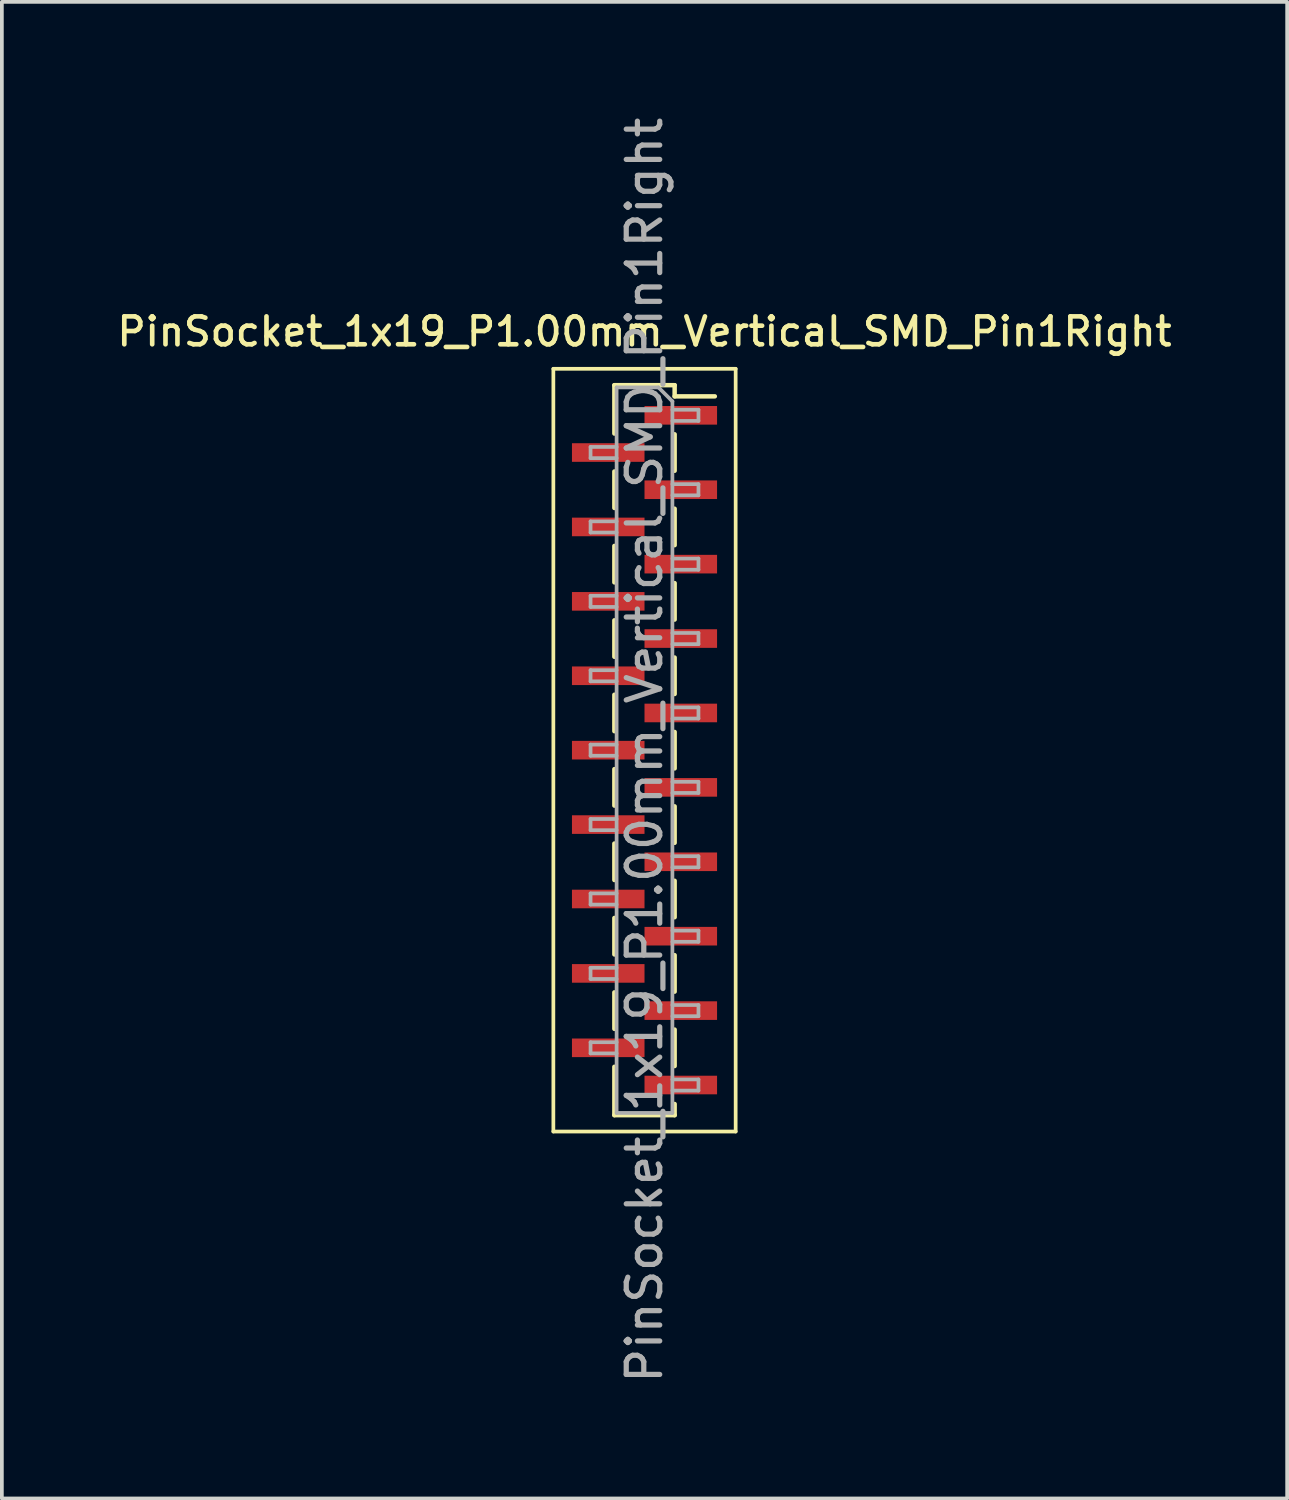
<source format=kicad_pcb>
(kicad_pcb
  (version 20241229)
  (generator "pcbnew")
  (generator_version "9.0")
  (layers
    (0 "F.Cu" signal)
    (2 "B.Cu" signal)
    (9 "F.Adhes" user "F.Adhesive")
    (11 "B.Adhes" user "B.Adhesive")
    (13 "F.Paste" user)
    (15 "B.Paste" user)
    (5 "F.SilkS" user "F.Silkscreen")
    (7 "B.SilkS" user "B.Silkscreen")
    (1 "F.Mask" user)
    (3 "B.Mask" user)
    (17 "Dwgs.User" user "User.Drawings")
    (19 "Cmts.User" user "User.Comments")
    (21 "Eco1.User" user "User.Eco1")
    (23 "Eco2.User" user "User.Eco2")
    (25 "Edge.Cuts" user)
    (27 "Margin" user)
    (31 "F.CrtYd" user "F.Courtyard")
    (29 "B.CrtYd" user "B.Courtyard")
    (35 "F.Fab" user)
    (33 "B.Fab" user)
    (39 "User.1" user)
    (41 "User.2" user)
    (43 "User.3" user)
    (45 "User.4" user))
  (footprint "PinSocket_1x19_P1.00mm_Vertical_SMD_Pin1Right"
    (layer "F.Cu")
    (at 14.273 17.113)
    (property "Reference" "PinSocket_1x19_P1.00mm_Vertical_SMD_Pin1Right" (at 0 -11.25 0) (layer "F.SilkS") (effects (font (size 0.75 0.75) (thickness 0.125))))
    (attr smd)
    (fp_line (start -2.45 -10.25) (end 2.45 -10.25) (stroke (width 0.1) (type solid)) (layer "F.SilkS"))
    (fp_line (start -2.45 10.25) (end -2.45 -10.25) (stroke (width 0.1) (type solid)) (layer "F.SilkS"))
    (fp_line (start -0.81 -9.81) (end -0.81 -8.51) (stroke (width 0.12) (type solid)) (layer "F.SilkS"))
    (fp_line (start -0.81 -9.81) (end 0.81 -9.81) (stroke (width 0.12) (type solid)) (layer "F.SilkS"))
    (fp_line (start -0.81 -7.49) (end -0.81 -6.51) (stroke (width 0.12) (type solid)) (layer "F.SilkS"))
    (fp_line (start -0.81 -5.49) (end -0.81 -4.51) (stroke (width 0.12) (type solid)) (layer "F.SilkS"))
    (fp_line (start -0.81 -3.49) (end -0.81 -2.51) (stroke (width 0.12) (type solid)) (layer "F.SilkS"))
    (fp_line (start -0.81 -1.49) (end -0.81 -0.51) (stroke (width 0.12) (type solid)) (layer "F.SilkS"))
    (fp_line (start -0.81 0.51) (end -0.81 1.49) (stroke (width 0.12) (type solid)) (layer "F.SilkS"))
    (fp_line (start -0.81 2.51) (end -0.81 3.49) (stroke (width 0.12) (type solid)) (layer "F.SilkS"))
    (fp_line (start -0.81 4.51) (end -0.81 5.49) (stroke (width 0.12) (type solid)) (layer "F.SilkS"))
    (fp_line (start -0.81 6.51) (end -0.81 7.49) (stroke (width 0.12) (type solid)) (layer "F.SilkS"))
    (fp_line (start -0.81 8.51) (end -0.81 9.81) (stroke (width 0.12) (type solid)) (layer "F.SilkS"))
    (fp_line (start -0.81 9.81) (end 0.81 9.81) (stroke (width 0.12) (type solid)) (layer "F.SilkS"))
    (fp_line (start 0.81 -9.81) (end 0.81 -9.51) (stroke (width 0.12) (type solid)) (layer "F.SilkS"))
    (fp_line (start 0.81 -9.51) (end 1.89 -9.51) (stroke (width 0.12) (type solid)) (layer "F.SilkS"))
    (fp_line (start 0.81 -8.49) (end 0.81 -7.51) (stroke (width 0.12) (type solid)) (layer "F.SilkS"))
    (fp_line (start 0.81 -6.49) (end 0.81 -5.51) (stroke (width 0.12) (type solid)) (layer "F.SilkS"))
    (fp_line (start 0.81 -4.49) (end 0.81 -3.51) (stroke (width 0.12) (type solid)) (layer "F.SilkS"))
    (fp_line (start 0.81 -2.49) (end 0.81 -1.51) (stroke (width 0.12) (type solid)) (layer "F.SilkS"))
    (fp_line (start 0.81 -0.49) (end 0.81 0.49) (stroke (width 0.12) (type solid)) (layer "F.SilkS"))
    (fp_line (start 0.81 1.51) (end 0.81 2.49) (stroke (width 0.12) (type solid)) (layer "F.SilkS"))
    (fp_line (start 0.81 3.51) (end 0.81 4.49) (stroke (width 0.12) (type solid)) (layer "F.SilkS"))
    (fp_line (start 0.81 5.51) (end 0.81 6.49) (stroke (width 0.12) (type solid)) (layer "F.SilkS"))
    (fp_line (start 0.81 7.51) (end 0.81 8.49) (stroke (width 0.12) (type solid)) (layer "F.SilkS"))
    (fp_line (start 0.81 9.51) (end 0.81 9.81) (stroke (width 0.12) (type solid)) (layer "F.SilkS"))
    (fp_line (start 2.45 -10.25) (end 2.45 10.25) (stroke (width 0.1) (type solid)) (layer "F.SilkS"))
    (fp_line (start 2.45 10.25) (end -2.45 10.25) (stroke (width 0.1) (type solid)) (layer "F.SilkS"))
    (fp_line (start -1.45 -8.15) (end -0.75 -8.15) (stroke (width 0.1) (type solid)) (layer "F.Fab"))
    (fp_line (start -1.45 -7.85) (end -1.45 -8.15) (stroke (width 0.1) (type solid)) (layer "F.Fab"))
    (fp_line (start -1.45 -6.15) (end -0.75 -6.15) (stroke (width 0.1) (type solid)) (layer "F.Fab"))
    (fp_line (start -1.45 -5.85) (end -1.45 -6.15) (stroke (width 0.1) (type solid)) (layer "F.Fab"))
    (fp_line (start -1.45 -4.15) (end -0.75 -4.15) (stroke (width 0.1) (type solid)) (layer "F.Fab"))
    (fp_line (start -1.45 -3.85) (end -1.45 -4.15) (stroke (width 0.1) (type solid)) (layer "F.Fab"))
    (fp_line (start -1.45 -2.15) (end -0.75 -2.15) (stroke (width 0.1) (type solid)) (layer "F.Fab"))
    (fp_line (start -1.45 -1.85) (end -1.45 -2.15) (stroke (width 0.1) (type solid)) (layer "F.Fab"))
    (fp_line (start -1.45 -0.15) (end -0.75 -0.15) (stroke (width 0.1) (type solid)) (layer "F.Fab"))
    (fp_line (start -1.45 0.15) (end -1.45 -0.15) (stroke (width 0.1) (type solid)) (layer "F.Fab"))
    (fp_line (start -1.45 1.85) (end -0.75 1.85) (stroke (width 0.1) (type solid)) (layer "F.Fab"))
    (fp_line (start -1.45 2.15) (end -1.45 1.85) (stroke (width 0.1) (type solid)) (layer "F.Fab"))
    (fp_line (start -1.45 3.85) (end -0.75 3.85) (stroke (width 0.1) (type solid)) (layer "F.Fab"))
    (fp_line (start -1.45 4.15) (end -1.45 3.85) (stroke (width 0.1) (type solid)) (layer "F.Fab"))
    (fp_line (start -1.45 5.85) (end -0.75 5.85) (stroke (width 0.1) (type solid)) (layer "F.Fab"))
    (fp_line (start -1.45 6.15) (end -1.45 5.85) (stroke (width 0.1) (type solid)) (layer "F.Fab"))
    (fp_line (start -1.45 7.85) (end -0.75 7.85) (stroke (width 0.1) (type solid)) (layer "F.Fab"))
    (fp_line (start -1.45 8.15) (end -1.45 7.85) (stroke (width 0.1) (type solid)) (layer "F.Fab"))
    (fp_line (start -0.75 -9.75) (end 0.375 -9.75) (stroke (width 0.1) (type solid)) (layer "F.Fab"))
    (fp_line (start -0.75 -7.85) (end -1.45 -7.85) (stroke (width 0.1) (type solid)) (layer "F.Fab"))
    (fp_line (start -0.75 -5.85) (end -1.45 -5.85) (stroke (width 0.1) (type solid)) (layer "F.Fab"))
    (fp_line (start -0.75 -3.85) (end -1.45 -3.85) (stroke (width 0.1) (type solid)) (layer "F.Fab"))
    (fp_line (start -0.75 -1.85) (end -1.45 -1.85) (stroke (width 0.1) (type solid)) (layer "F.Fab"))
    (fp_line (start -0.75 0.15) (end -1.45 0.15) (stroke (width 0.1) (type solid)) (layer "F.Fab"))
    (fp_line (start -0.75 2.15) (end -1.45 2.15) (stroke (width 0.1) (type solid)) (layer "F.Fab"))
    (fp_line (start -0.75 4.15) (end -1.45 4.15) (stroke (width 0.1) (type solid)) (layer "F.Fab"))
    (fp_line (start -0.75 6.15) (end -1.45 6.15) (stroke (width 0.1) (type solid)) (layer "F.Fab"))
    (fp_line (start -0.75 8.15) (end -1.45 8.15) (stroke (width 0.1) (type solid)) (layer "F.Fab"))
    (fp_line (start -0.75 9.75) (end -0.75 -9.75) (stroke (width 0.1) (type solid)) (layer "F.Fab"))
    (fp_line (start 0.375 -9.75) (end 0.75 -9.375) (stroke (width 0.1) (type solid)) (layer "F.Fab"))
    (fp_line (start 0.75 -9.375) (end 0.75 9.75) (stroke (width 0.1) (type solid)) (layer "F.Fab"))
    (fp_line (start 0.75 -9.15) (end 1.45 -9.15) (stroke (width 0.1) (type solid)) (layer "F.Fab"))
    (fp_line (start 0.75 -7.15) (end 1.45 -7.15) (stroke (width 0.1) (type solid)) (layer "F.Fab"))
    (fp_line (start 0.75 -5.15) (end 1.45 -5.15) (stroke (width 0.1) (type solid)) (layer "F.Fab"))
    (fp_line (start 0.75 -3.15) (end 1.45 -3.15) (stroke (width 0.1) (type solid)) (layer "F.Fab"))
    (fp_line (start 0.75 -1.15) (end 1.45 -1.15) (stroke (width 0.1) (type solid)) (layer "F.Fab"))
    (fp_line (start 0.75 0.85) (end 1.45 0.85) (stroke (width 0.1) (type solid)) (layer "F.Fab"))
    (fp_line (start 0.75 2.85) (end 1.45 2.85) (stroke (width 0.1) (type solid)) (layer "F.Fab"))
    (fp_line (start 0.75 4.85) (end 1.45 4.85) (stroke (width 0.1) (type solid)) (layer "F.Fab"))
    (fp_line (start 0.75 6.85) (end 1.45 6.85) (stroke (width 0.1) (type solid)) (layer "F.Fab"))
    (fp_line (start 0.75 8.85) (end 1.45 8.85) (stroke (width 0.1) (type solid)) (layer "F.Fab"))
    (fp_line (start 0.75 9.75) (end -0.75 9.75) (stroke (width 0.1) (type solid)) (layer "F.Fab"))
    (fp_line (start 1.45 -9.15) (end 1.45 -8.85) (stroke (width 0.1) (type solid)) (layer "F.Fab"))
    (fp_line (start 1.45 -8.85) (end 0.75 -8.85) (stroke (width 0.1) (type solid)) (layer "F.Fab"))
    (fp_line (start 1.45 -7.15) (end 1.45 -6.85) (stroke (width 0.1) (type solid)) (layer "F.Fab"))
    (fp_line (start 1.45 -6.85) (end 0.75 -6.85) (stroke (width 0.1) (type solid)) (layer "F.Fab"))
    (fp_line (start 1.45 -5.15) (end 1.45 -4.85) (stroke (width 0.1) (type solid)) (layer "F.Fab"))
    (fp_line (start 1.45 -4.85) (end 0.75 -4.85) (stroke (width 0.1) (type solid)) (layer "F.Fab"))
    (fp_line (start 1.45 -3.15) (end 1.45 -2.85) (stroke (width 0.1) (type solid)) (layer "F.Fab"))
    (fp_line (start 1.45 -2.85) (end 0.75 -2.85) (stroke (width 0.1) (type solid)) (layer "F.Fab"))
    (fp_line (start 1.45 -1.15) (end 1.45 -0.85) (stroke (width 0.1) (type solid)) (layer "F.Fab"))
    (fp_line (start 1.45 -0.85) (end 0.75 -0.85) (stroke (width 0.1) (type solid)) (layer "F.Fab"))
    (fp_line (start 1.45 0.85) (end 1.45 1.15) (stroke (width 0.1) (type solid)) (layer "F.Fab"))
    (fp_line (start 1.45 1.15) (end 0.75 1.15) (stroke (width 0.1) (type solid)) (layer "F.Fab"))
    (fp_line (start 1.45 2.85) (end 1.45 3.15) (stroke (width 0.1) (type solid)) (layer "F.Fab"))
    (fp_line (start 1.45 3.15) (end 0.75 3.15) (stroke (width 0.1) (type solid)) (layer "F.Fab"))
    (fp_line (start 1.45 4.85) (end 1.45 5.15) (stroke (width 0.1) (type solid)) (layer "F.Fab"))
    (fp_line (start 1.45 5.15) (end 0.75 5.15) (stroke (width 0.1) (type solid)) (layer "F.Fab"))
    (fp_line (start 1.45 6.85) (end 1.45 7.15) (stroke (width 0.1) (type solid)) (layer "F.Fab"))
    (fp_line (start 1.45 7.15) (end 0.75 7.15) (stroke (width 0.1) (type solid)) (layer "F.Fab"))
    (fp_line (start 1.45 8.85) (end 1.45 9.15) (stroke (width 0.1) (type solid)) (layer "F.Fab"))
    (fp_line (start 1.45 9.15) (end 0.75 9.15) (stroke (width 0.1) (type solid)) (layer "F.Fab"))
    (fp_text user "${REFERENCE}" (at 0 0 90) (layer "F.Fab") (effects (font (size 0.9 0.9) (thickness 0.14))))
    (pad "1" smd rect (at 0.975 -9) (size 1.95 0.5) (layers "F.Cu" "F.Mask" "F.Paste"))
    (pad "2" smd rect (at -0.975 -8) (size 1.95 0.5) (layers "F.Cu" "F.Mask" "F.Paste"))
    (pad "3" smd rect (at 0.975 -7) (size 1.95 0.5) (layers "F.Cu" "F.Mask" "F.Paste"))
    (pad "4" smd rect (at -0.975 -6) (size 1.95 0.5) (layers "F.Cu" "F.Mask" "F.Paste"))
    (pad "5" smd rect (at 0.975 -5) (size 1.95 0.5) (layers "F.Cu" "F.Mask" "F.Paste"))
    (pad "6" smd rect (at -0.975 -4) (size 1.95 0.5) (layers "F.Cu" "F.Mask" "F.Paste"))
    (pad "7" smd rect (at 0.975 -3) (size 1.95 0.5) (layers "F.Cu" "F.Mask" "F.Paste"))
    (pad "8" smd rect (at -0.975 -2) (size 1.95 0.5) (layers "F.Cu" "F.Mask" "F.Paste"))
    (pad "9" smd rect (at 0.975 -1) (size 1.95 0.5) (layers "F.Cu" "F.Mask" "F.Paste"))
    (pad "10" smd rect (at -0.975 0) (size 1.95 0.5) (layers "F.Cu" "F.Mask" "F.Paste"))
    (pad "11" smd rect (at 0.975 1) (size 1.95 0.5) (layers "F.Cu" "F.Mask" "F.Paste"))
    (pad "12" smd rect (at -0.975 2) (size 1.95 0.5) (layers "F.Cu" "F.Mask" "F.Paste"))
    (pad "13" smd rect (at 0.975 3) (size 1.95 0.5) (layers "F.Cu" "F.Mask" "F.Paste"))
    (pad "14" smd rect (at -0.975 4) (size 1.95 0.5) (layers "F.Cu" "F.Mask" "F.Paste"))
    (pad "15" smd rect (at 0.975 5) (size 1.95 0.5) (layers "F.Cu" "F.Mask" "F.Paste"))
    (pad "16" smd rect (at -0.975 6) (size 1.95 0.5) (layers "F.Cu" "F.Mask" "F.Paste"))
    (pad "17" smd rect (at 0.975 7) (size 1.95 0.5) (layers "F.Cu" "F.Mask" "F.Paste"))
    (pad "18" smd rect (at -0.975 8) (size 1.95 0.5) (layers "F.Cu" "F.Mask" "F.Paste"))
    (pad "19" smd rect (at 0.975 9) (size 1.95 0.5) (layers "F.Cu" "F.Mask" "F.Paste")))
  (gr_rect
    (start -3 -3)
    (end 31.546 37.226)
    (stroke (width 0.1) (type default))
    (fill no)
    (layer "Edge.Cuts")))
</source>
